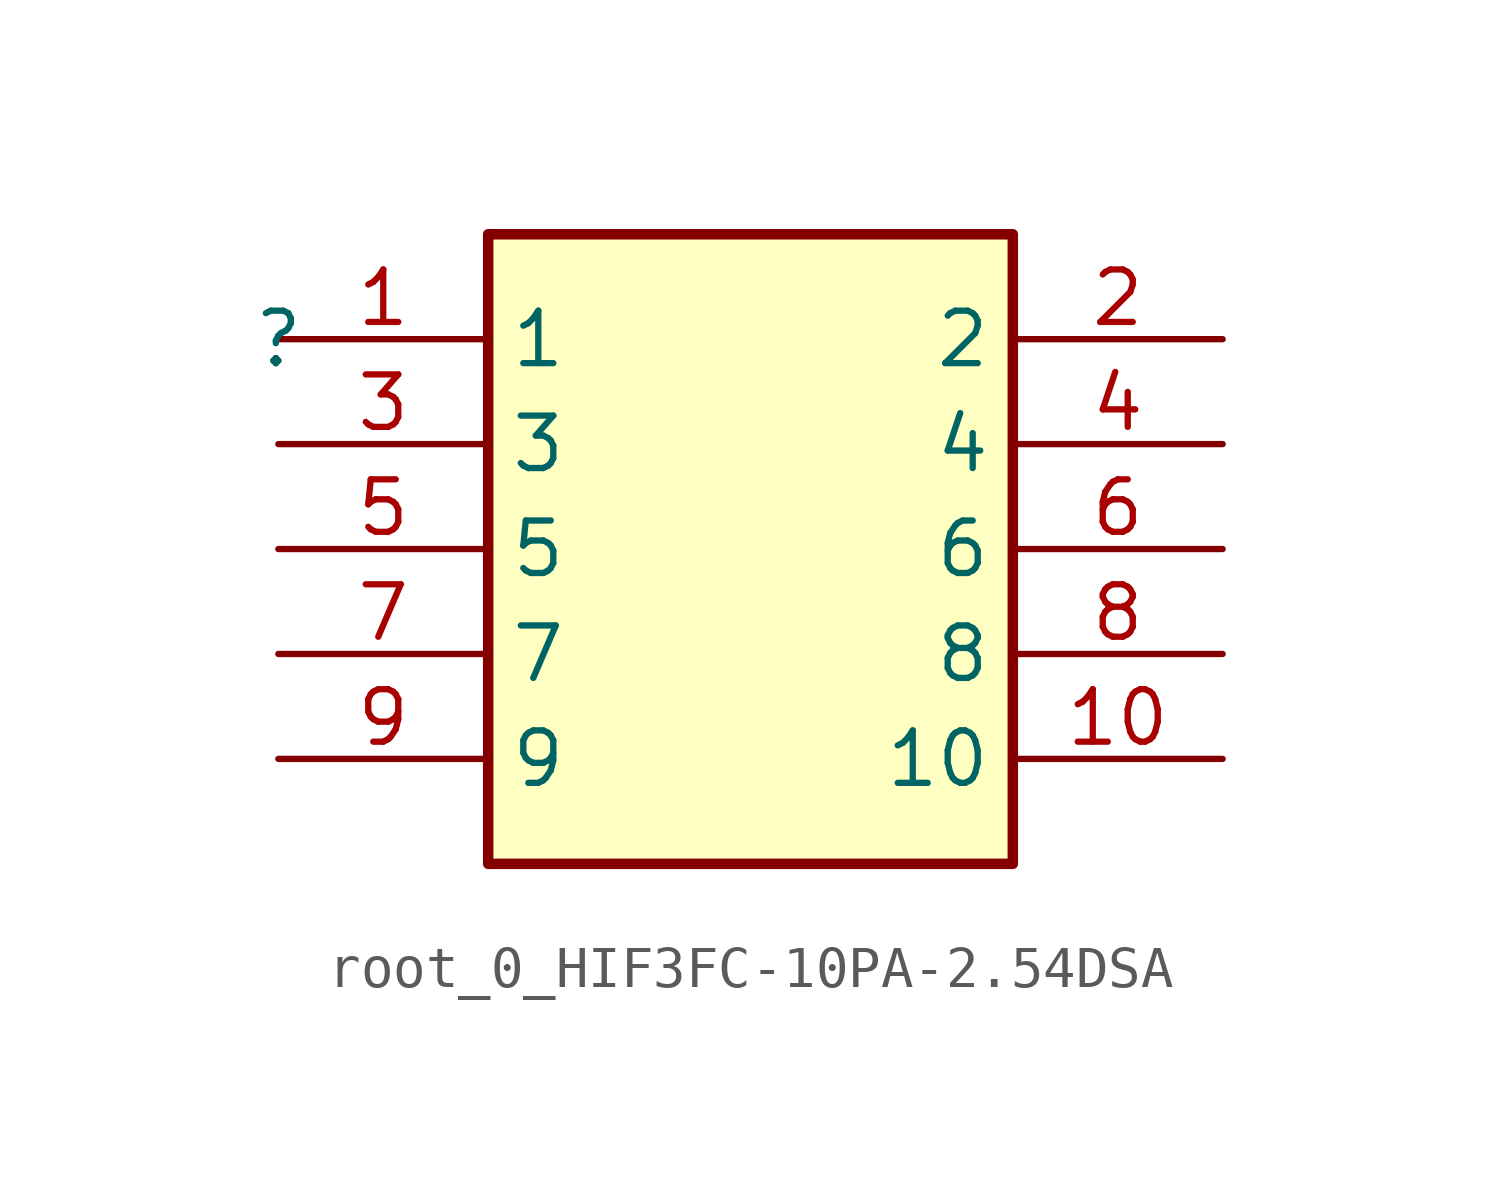
<source format=kicad_sym>
(kicad_symbol_lib
  (version 20220914)
  (generator kicad_symbol_editor)
  (symbol "root_0_HIF3FC-10PA-2.54DSA"
    (property "Reference" ""
      (at 0 0 0)
      (effects (font (size 1.27 1.27))))
    (property "Value" ""
      (at 0 0 0)
      (effects (font (size 1.27 1.27))))
    (symbol "root_0_HIF3FC-10PA-2.54DSA_1_0"
      (rectangle (start 17.78 2.54) (end 5.08 -12.7) (stroke (width 0.254) (type solid)) (fill (type background)))
      (pin passive line (at 0 0 0) (length 5.08) (name "1" (effects (font (size 1.27 1.27)))) (number "1" (effects (font (size 1.27 1.27)))))
      (pin passive line (at 22.86 -10.16 180) (length 5.08) (name "10" (effects (font (size 1.27 1.27)))) (number "10" (effects (font (size 1.27 1.27)))))
      (pin passive line (at 22.86 0 180) (length 5.08) (name "2" (effects (font (size 1.27 1.27)))) (number "2" (effects (font (size 1.27 1.27)))))
      (pin passive line (at 0 -2.54 0) (length 5.08) (name "3" (effects (font (size 1.27 1.27)))) (number "3" (effects (font (size 1.27 1.27)))))
      (pin passive line (at 22.86 -2.54 180) (length 5.08) (name "4" (effects (font (size 1.27 1.27)))) (number "4" (effects (font (size 1.27 1.27)))))
      (pin passive line (at 0 -5.08 0) (length 5.08) (name "5" (effects (font (size 1.27 1.27)))) (number "5" (effects (font (size 1.27 1.27)))))
      (pin passive line (at 22.86 -5.08 180) (length 5.08) (name "6" (effects (font (size 1.27 1.27)))) (number "6" (effects (font (size 1.27 1.27)))))
      (pin passive line (at 0 -7.62 0) (length 5.08) (name "7" (effects (font (size 1.27 1.27)))) (number "7" (effects (font (size 1.27 1.27)))))
      (pin passive line (at 22.86 -7.62 180) (length 5.08) (name "8" (effects (font (size 1.27 1.27)))) (number "8" (effects (font (size 1.27 1.27)))))
      (pin passive line (at 0 -10.16 0) (length 5.08) (name "9" (effects (font (size 1.27 1.27)))) (number "9" (effects (font (size 1.27 1.27))))))))
</source>
